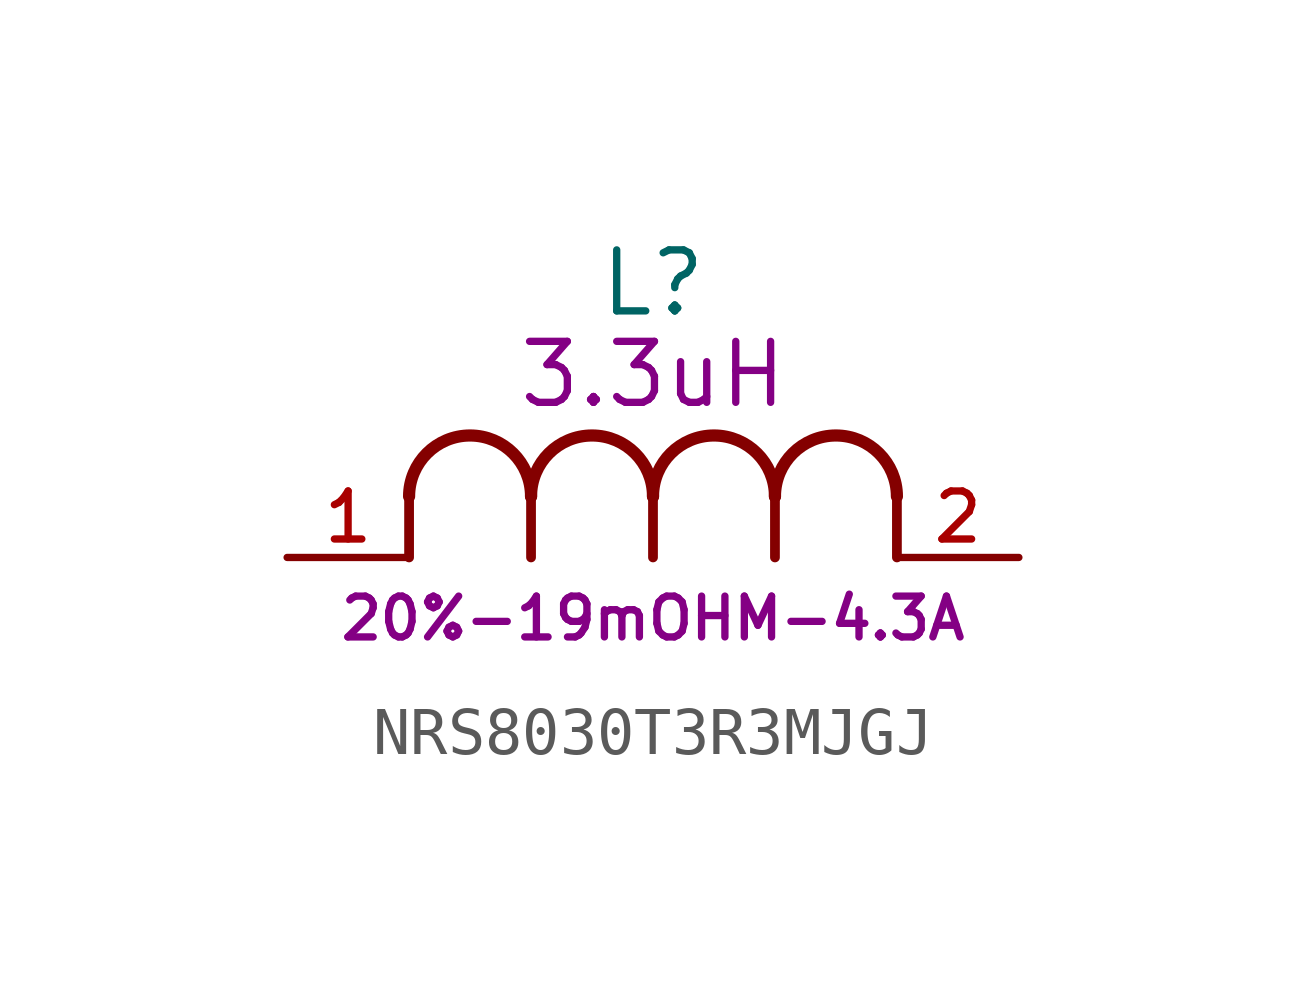
<source format=kicad_sym>
(kicad_symbol_lib
  (version 20211014)
  (generator kicad_symbol_editor)
  (symbol "NRS8030T3R3MJGJ"
    (pin_names
      (offset 1.651) hide)
    (property "Reference" "L"
      (at 7.62 5.715 0)
      (effects (font (size 1.27 1.27))))
    (property "Inductance" "3.3uH"
      (at 7.62 3.81 0)
      (effects (font (size 1.27 1.27))))
    (property "Tolerance + DCR + Rated Current" "20%-19mOHM-4.3A"
      (at 7.62 -1.27 0)
      (effects (font (size 0.85 0.85))))
    (symbol "NRS8030T3R3MJGJ_1_1"
      (polyline (pts (xy 2.54 0) (xy 2.54 1.27)) (stroke (width 0.203) (type default) (color 0 0 0 0)) (fill (type none)))
      (polyline (pts (xy 5.08 0) (xy 5.08 1.27)) (stroke (width 0.203) (type default) (color 0 0 0 0)) (fill (type none)))
      (polyline (pts (xy 7.62 0) (xy 7.62 1.27)) (stroke (width 0.203) (type default) (color 0 0 0 0)) (fill (type none)))
      (polyline (pts (xy 10.16 0) (xy 10.16 1.27)) (stroke (width 0.203) (type default) (color 0 0 0 0)) (fill (type none)))
      (polyline (pts (xy 12.7 0) (xy 12.7 1.27)) (stroke (width 0.203) (type default) (color 0 0 0 0)) (fill (type none)))
      (arc (start 5.08 1.27) (mid 3.81 2.54) (end 2.54 1.27) (stroke (width 0.254) (type default) (color 0 0 0 0)) (fill (type none)))
      (arc (start 7.62 1.27) (mid 6.35 2.54) (end 5.08 1.27) (stroke (width 0.254) (type default) (color 0 0 0 0)) (fill (type none)))
      (arc (start 10.16 1.27) (mid 8.89 2.54) (end 7.62 1.27) (stroke (width 0.254) (type default) (color 0 0 0 0)) (fill (type none)))
      (arc (start 12.7 1.27) (mid 11.43 2.54) (end 10.16 1.27) (stroke (width 0.254) (type default) (color 0 0 0 0)) (fill (type none)))
      (pin passive line (at 0 0 0) (length 2.54) (name "1" (effects (font (size 1.27 1.27)))) (number "1" (effects (font (size 1 1)))))
      (pin passive line (at 15.24 0 180) (length 2.54) (name "2" (effects (font (size 1.27 1.27)))) (number "2" (effects (font (size 1 1))))))))
</source>
